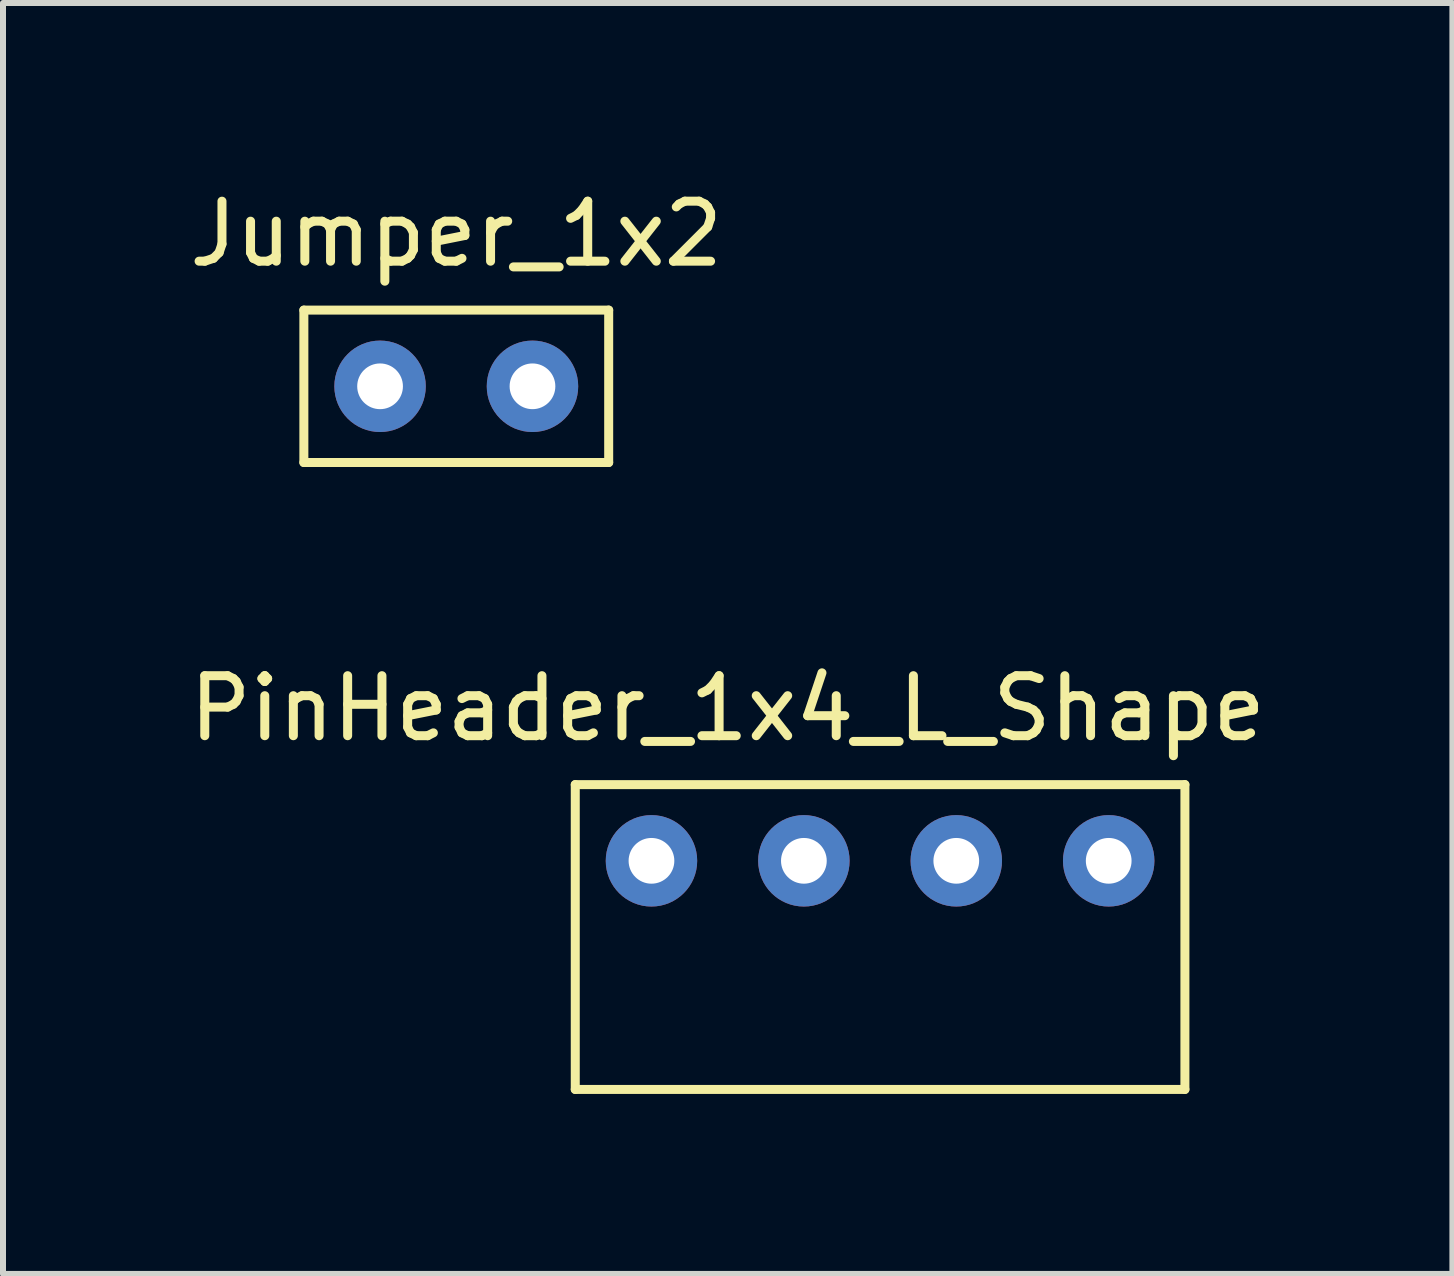
<source format=kicad_pcb>
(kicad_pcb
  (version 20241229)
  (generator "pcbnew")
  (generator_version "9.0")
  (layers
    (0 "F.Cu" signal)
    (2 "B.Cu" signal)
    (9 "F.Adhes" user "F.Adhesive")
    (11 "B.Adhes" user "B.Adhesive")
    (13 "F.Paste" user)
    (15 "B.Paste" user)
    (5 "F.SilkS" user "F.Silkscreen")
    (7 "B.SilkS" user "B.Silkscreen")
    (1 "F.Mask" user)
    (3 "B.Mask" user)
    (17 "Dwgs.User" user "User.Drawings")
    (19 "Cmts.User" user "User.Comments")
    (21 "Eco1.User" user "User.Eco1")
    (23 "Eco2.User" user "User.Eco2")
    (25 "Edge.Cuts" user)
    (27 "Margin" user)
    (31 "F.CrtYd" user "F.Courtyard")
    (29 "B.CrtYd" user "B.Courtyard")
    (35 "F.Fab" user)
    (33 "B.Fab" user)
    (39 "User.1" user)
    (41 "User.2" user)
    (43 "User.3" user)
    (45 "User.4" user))
  (footprint "PinHeader_1x4_L_Shape"
    (layer "F.Cu")
    (at 11.617 11.296)
    (property "Reference" "PinHeader_1x4_L_Shape" (at -2.54 -2.54 0) (layer "F.SilkS") (effects (font (size 1 1) (thickness 0.15))))
    (attr through_hole)
    (fp_line (start -5.08 -1.27) (end 5.08 -1.27) (stroke (width 0.15) (type solid)) (layer "F.SilkS"))
    (fp_line (start -5.08 3.81) (end -5.08 -1.27) (stroke (width 0.15) (type solid)) (layer "F.SilkS"))
    (fp_line (start 5.08 -1.27) (end 5.08 3.81) (stroke (width 0.15) (type solid)) (layer "F.SilkS"))
    (fp_line (start 5.08 3.81) (end -5.08 3.81) (stroke (width 0.15) (type solid)) (layer "F.SilkS"))
    (pad "1" thru_hole circle (at 3.81 0) (size 1.524 1.524) (drill 0.762) (layers "*.Cu" "*.Mask"))
    (pad "2" thru_hole circle (at 1.27 0) (size 1.524 1.524) (drill 0.762) (layers "*.Cu" "*.Mask"))
    (pad "3" thru_hole circle (at -1.27 0) (size 1.524 1.524) (drill 0.762) (layers "*.Cu" "*.Mask"))
    (pad "4" thru_hole circle (at -3.81 0) (size 1.524 1.524) (drill 0.762) (layers "*.Cu" "*.Mask")))
  (footprint "Jumper_1x2"
    (layer "F.Cu")
    (at 3.284 4.658)
    (property "Reference" "Jumper_1x2" (at 1.27 -3.81 0) (layer "F.SilkS") (effects (font (size 1 1) (thickness 0.15))))
    (attr through_hole)
    (fp_line (start -1.27 -2.54) (end -1.27 0) (stroke (width 0.15) (type solid)) (layer "F.SilkS"))
    (fp_line (start -1.27 0) (end 3.81 0) (stroke (width 0.15) (type solid)) (layer "F.SilkS"))
    (fp_line (start 3.81 -2.54) (end -1.27 -2.54) (stroke (width 0.15) (type solid)) (layer "F.SilkS"))
    (fp_line (start 3.81 0) (end 3.81 -2.54) (stroke (width 0.15) (type solid)) (layer "F.SilkS"))
    (pad "1" thru_hole circle (at 2.54 -1.27) (size 1.524 1.524) (drill 0.762) (layers "*.Cu" "*.Mask"))
    (pad "2" thru_hole circle (at 0 -1.27) (size 1.524 1.524) (drill 0.762) (layers "*.Cu" "*.Mask")))
  (gr_rect
    (start -3 -3)
    (end 21.155 18.181)
    (stroke (width 0.1) (type default))
    (fill no)
    (layer "Edge.Cuts")))
</source>
